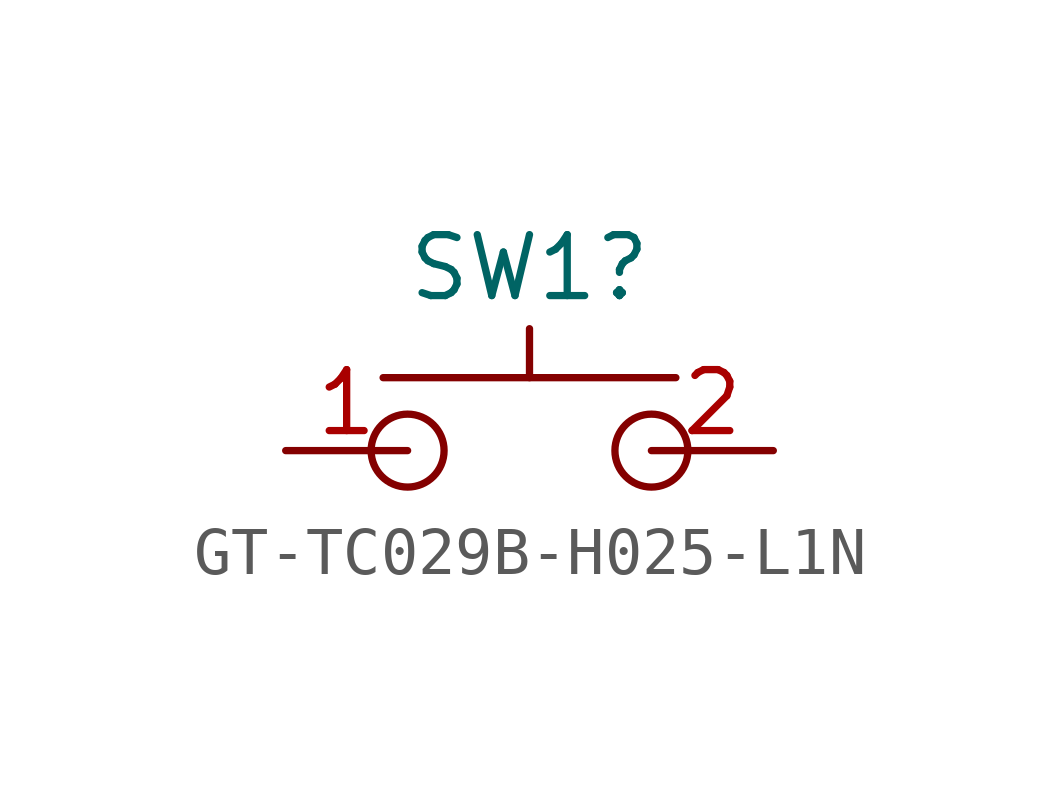
<source format=kicad_sym>
(kicad_symbol_lib
  (version 20220914)
  (generator kicad_symbol_editor)
  (symbol "GT-TC029B-H025-L1N"
    (property "Reference" "SW1"
      (at 0 3.81 0)
      (effects (font (size 1.27 1.27))))
    (symbol "GT-TC029B-H025-L1N_0_1"
      (circle (center -2.54 0) (radius 0.76) (stroke (width 0) (type default)) (fill (type none)))
      (polyline (pts (xy -3.05 1.52) (xy 3.05 1.52)) (stroke (width 0) (type default)) (fill (type none)))
      (polyline (pts (xy 0 1.52) (xy 0 2.54)) (stroke (width 0) (type default)) (fill (type none)))
      (circle (center 2.54 0) (radius 0.76) (stroke (width 0) (type default)) (fill (type none)))
      (pin unspecified line (at -5.08 0 0) (length 2.54) (name "~" (effects (font (size 1.27 1.27)))) (number "1" (effects (font (size 1.27 1.27)))))
      (pin unspecified line (at 5.08 0 180) (length 2.54) (name "~" (effects (font (size 1.27 1.27)))) (number "2" (effects (font (size 1.27 1.27))))))))
</source>
